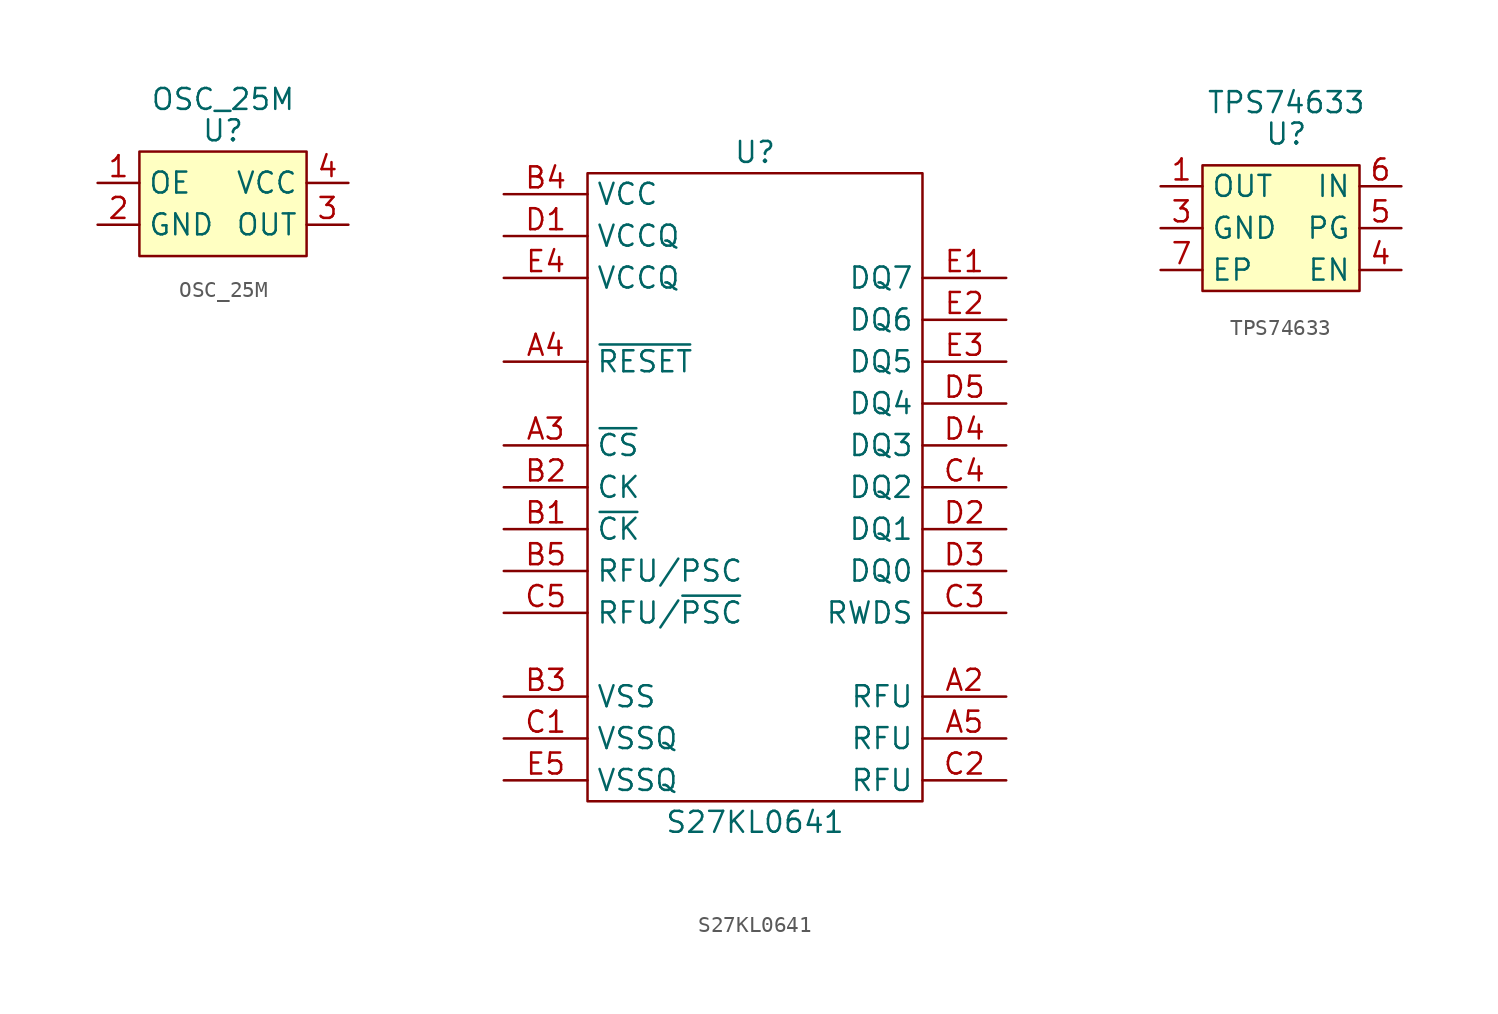
<source format=kicad_sym>
(kicad_symbol_lib
  (version 20200126)
  (host kicad_symbol_editor "5.99.0-unknown-2f31bf2~101~ubuntu20.04.1")
  (symbol "mini_mipi:OSC_25M"
    (property "Reference" "U"
      (at 0 1.27 0)
      (effects (font (size 1.27 1.27))))
    (property "Value" "OSC_25M"
      (at 0 3.175 0)
      (effects (font (size 1.27 1.27))))
    (symbol "OSC_25M_0_1"
      (rectangle (start 5.08 0) (end -5.08 -6.35) (stroke (width 0.152)) (fill (type background))))
    (symbol "OSC_25M_0_0"
      (pin unspecified line (at -7.62 -1.905 0) (length 2.54) (name "OE" (effects (font (size 1.27 1.27)))) (number "1" (effects (font (size 1.27 1.27)))))
      (pin unspecified line (at -7.62 -4.445 0) (length 2.54) (name "GND" (effects (font (size 1.27 1.27)))) (number "2" (effects (font (size 1.27 1.27)))))
      (pin unspecified line (at 7.62 -4.445 180) (length 2.54) (name "OUT" (effects (font (size 1.27 1.27)))) (number "3" (effects (font (size 1.27 1.27)))))
      (pin unspecified line (at 7.62 -1.905 180) (length 2.54) (name "VCC" (effects (font (size 1.27 1.27)))) (number "4" (effects (font (size 1.27 1.27)))))))
  (symbol "mini_mipi:S27KL0641"
    (property "Reference" "U"
      (at 0 20.32 0)
      (effects (font (size 1.27 1.27))))
    (property "Value" "S27KL0641"
      (at 0 -20.32 0)
      (effects (font (size 1.27 1.27))))
    (symbol "S27KL0641_0_1"
      (rectangle (start -10.16 19.05) (end 10.16 -19.05) (stroke (width 0)) (fill (type none))))
    (symbol "S27KL0641_1_1"
      (pin passive line (at 15.24 -12.7 180) (length 5.08) (name "RFU" (effects (font (size 1.27 1.27)))) (number "A2" (effects (font (size 1.27 1.27)))))
      (pin input line (at -15.24 2.54 0) (length 5.08) (name "~CS" (effects (font (size 1.27 1.27)))) (number "A3" (effects (font (size 1.27 1.27)))))
      (pin input line (at -15.24 7.62 0) (length 5.08) (name "~RESET" (effects (font (size 1.27 1.27)))) (number "A4" (effects (font (size 1.27 1.27)))))
      (pin passive line (at 15.24 -15.24 180) (length 5.08) (name "RFU" (effects (font (size 1.27 1.27)))) (number "A5" (effects (font (size 1.27 1.27)))))
      (pin input line (at -15.24 -2.54 0) (length 5.08) (name "~CK" (effects (font (size 1.27 1.27)))) (number "B1" (effects (font (size 1.27 1.27)))))
      (pin input line (at -15.24 0 0) (length 5.08) (name "CK" (effects (font (size 1.27 1.27)))) (number "B2" (effects (font (size 1.27 1.27)))))
      (pin power_in line (at -15.24 -12.7 0) (length 5.08) (name "VSS" (effects (font (size 1.27 1.27)))) (number "B3" (effects (font (size 1.27 1.27)))))
      (pin power_in line (at -15.24 17.78 0) (length 5.08) (name "VCC" (effects (font (size 1.27 1.27)))) (number "B4" (effects (font (size 1.27 1.27)))))
      (pin input line (at -15.24 -5.08 0) (length 5.08) (name "RFU/PSC" (effects (font (size 1.27 1.27)))) (number "B5" (effects (font (size 1.27 1.27)))))
      (pin power_in line (at -15.24 -15.24 0) (length 5.08) (name "VSSQ" (effects (font (size 1.27 1.27)))) (number "C1" (effects (font (size 1.27 1.27)))))
      (pin passive line (at 15.24 -17.78 180) (length 5.08) (name "RFU" (effects (font (size 1.27 1.27)))) (number "C2" (effects (font (size 1.27 1.27)))))
      (pin bidirectional line (at 15.24 -7.62 180) (length 5.08) (name "RWDS" (effects (font (size 1.27 1.27)))) (number "C3" (effects (font (size 1.27 1.27)))))
      (pin bidirectional line (at 15.24 0 180) (length 5.08) (name "DQ2" (effects (font (size 1.27 1.27)))) (number "C4" (effects (font (size 1.27 1.27)))))
      (pin input line (at -15.24 -7.62 0) (length 5.08) (name "RFU/~PSC" (effects (font (size 1.27 1.27)))) (number "C5" (effects (font (size 1.27 1.27)))))
      (pin power_in line (at -15.24 15.24 0) (length 5.08) (name "VCCQ" (effects (font (size 1.27 1.27)))) (number "D1" (effects (font (size 1.27 1.27)))))
      (pin bidirectional line (at 15.24 -2.54 180) (length 5.08) (name "DQ1" (effects (font (size 1.27 1.27)))) (number "D2" (effects (font (size 1.27 1.27)))))
      (pin bidirectional line (at 15.24 -5.08 180) (length 5.08) (name "DQ0" (effects (font (size 1.27 1.27)))) (number "D3" (effects (font (size 1.27 1.27)))))
      (pin bidirectional line (at 15.24 2.54 180) (length 5.08) (name "DQ3" (effects (font (size 1.27 1.27)))) (number "D4" (effects (font (size 1.27 1.27)))))
      (pin bidirectional line (at 15.24 5.08 180) (length 5.08) (name "DQ4" (effects (font (size 1.27 1.27)))) (number "D5" (effects (font (size 1.27 1.27)))))
      (pin bidirectional line (at 15.24 12.7 180) (length 5.08) (name "DQ7" (effects (font (size 1.27 1.27)))) (number "E1" (effects (font (size 1.27 1.27)))))
      (pin bidirectional line (at 15.24 10.16 180) (length 5.08) (name "DQ6" (effects (font (size 1.27 1.27)))) (number "E2" (effects (font (size 1.27 1.27)))))
      (pin bidirectional line (at 15.24 7.62 180) (length 5.08) (name "DQ5" (effects (font (size 1.27 1.27)))) (number "E3" (effects (font (size 1.27 1.27)))))
      (pin power_in line (at -15.24 12.7 0) (length 5.08) (name "VCCQ" (effects (font (size 1.27 1.27)))) (number "E4" (effects (font (size 1.27 1.27)))))
      (pin power_in line (at -15.24 -17.78 0) (length 5.08) (name "VSSQ" (effects (font (size 1.27 1.27)))) (number "E5" (effects (font (size 1.27 1.27)))))))
  (symbol "mini_mipi:TPS74633"
    (property "Reference" "U"
      (at 0 1.27 0)
      (effects (font (size 1.27 1.27))))
    (property "Value" "TPS74633"
      (at 0 3.175 0)
      (effects (font (size 1.27 1.27))))
    (symbol "TPS74633_0_1"
      (rectangle (start 4.445 -0.635) (end -5.08 -8.255) (stroke (width 0.152)) (fill (type background))))
    (symbol "TPS74633_1_1"
      (pin input line (at -7.62 -1.905 0) (length 2.54) (name "OUT" (effects (font (size 1.27 1.27)))) (number "1" (effects (font (size 1.27 1.27)))))
      (pin unconnected line (at 0 -8.255 90) (length 2.54) hide (name "NC" (effects (font (size 1.27 1.27)))) (number "2" (effects (font (size 1.27 1.27)))))
      (pin input line (at -7.62 -4.445 0) (length 2.54) (name "GND" (effects (font (size 1.27 1.27)))) (number "3" (effects (font (size 1.27 1.27)))))
      (pin input line (at 6.985 -1.905 180) (length 2.54) (name "IN" (effects (font (size 1.27 1.27)))) (number "6" (effects (font (size 1.27 1.27)))))
      (pin input line (at 6.985 -4.445 180) (length 2.54) (name "PG" (effects (font (size 1.27 1.27)))) (number "5" (effects (font (size 1.27 1.27)))))
      (pin input line (at 6.985 -6.985 180) (length 2.54) (name "EN" (effects (font (size 1.27 1.27)))) (number "4" (effects (font (size 1.27 1.27)))))
      (pin input line (at -7.62 -6.985 0) (length 2.54) (name "EP" (effects (font (size 1.27 1.27)))) (number "7" (effects (font (size 1.27 1.27))))))))
</source>
